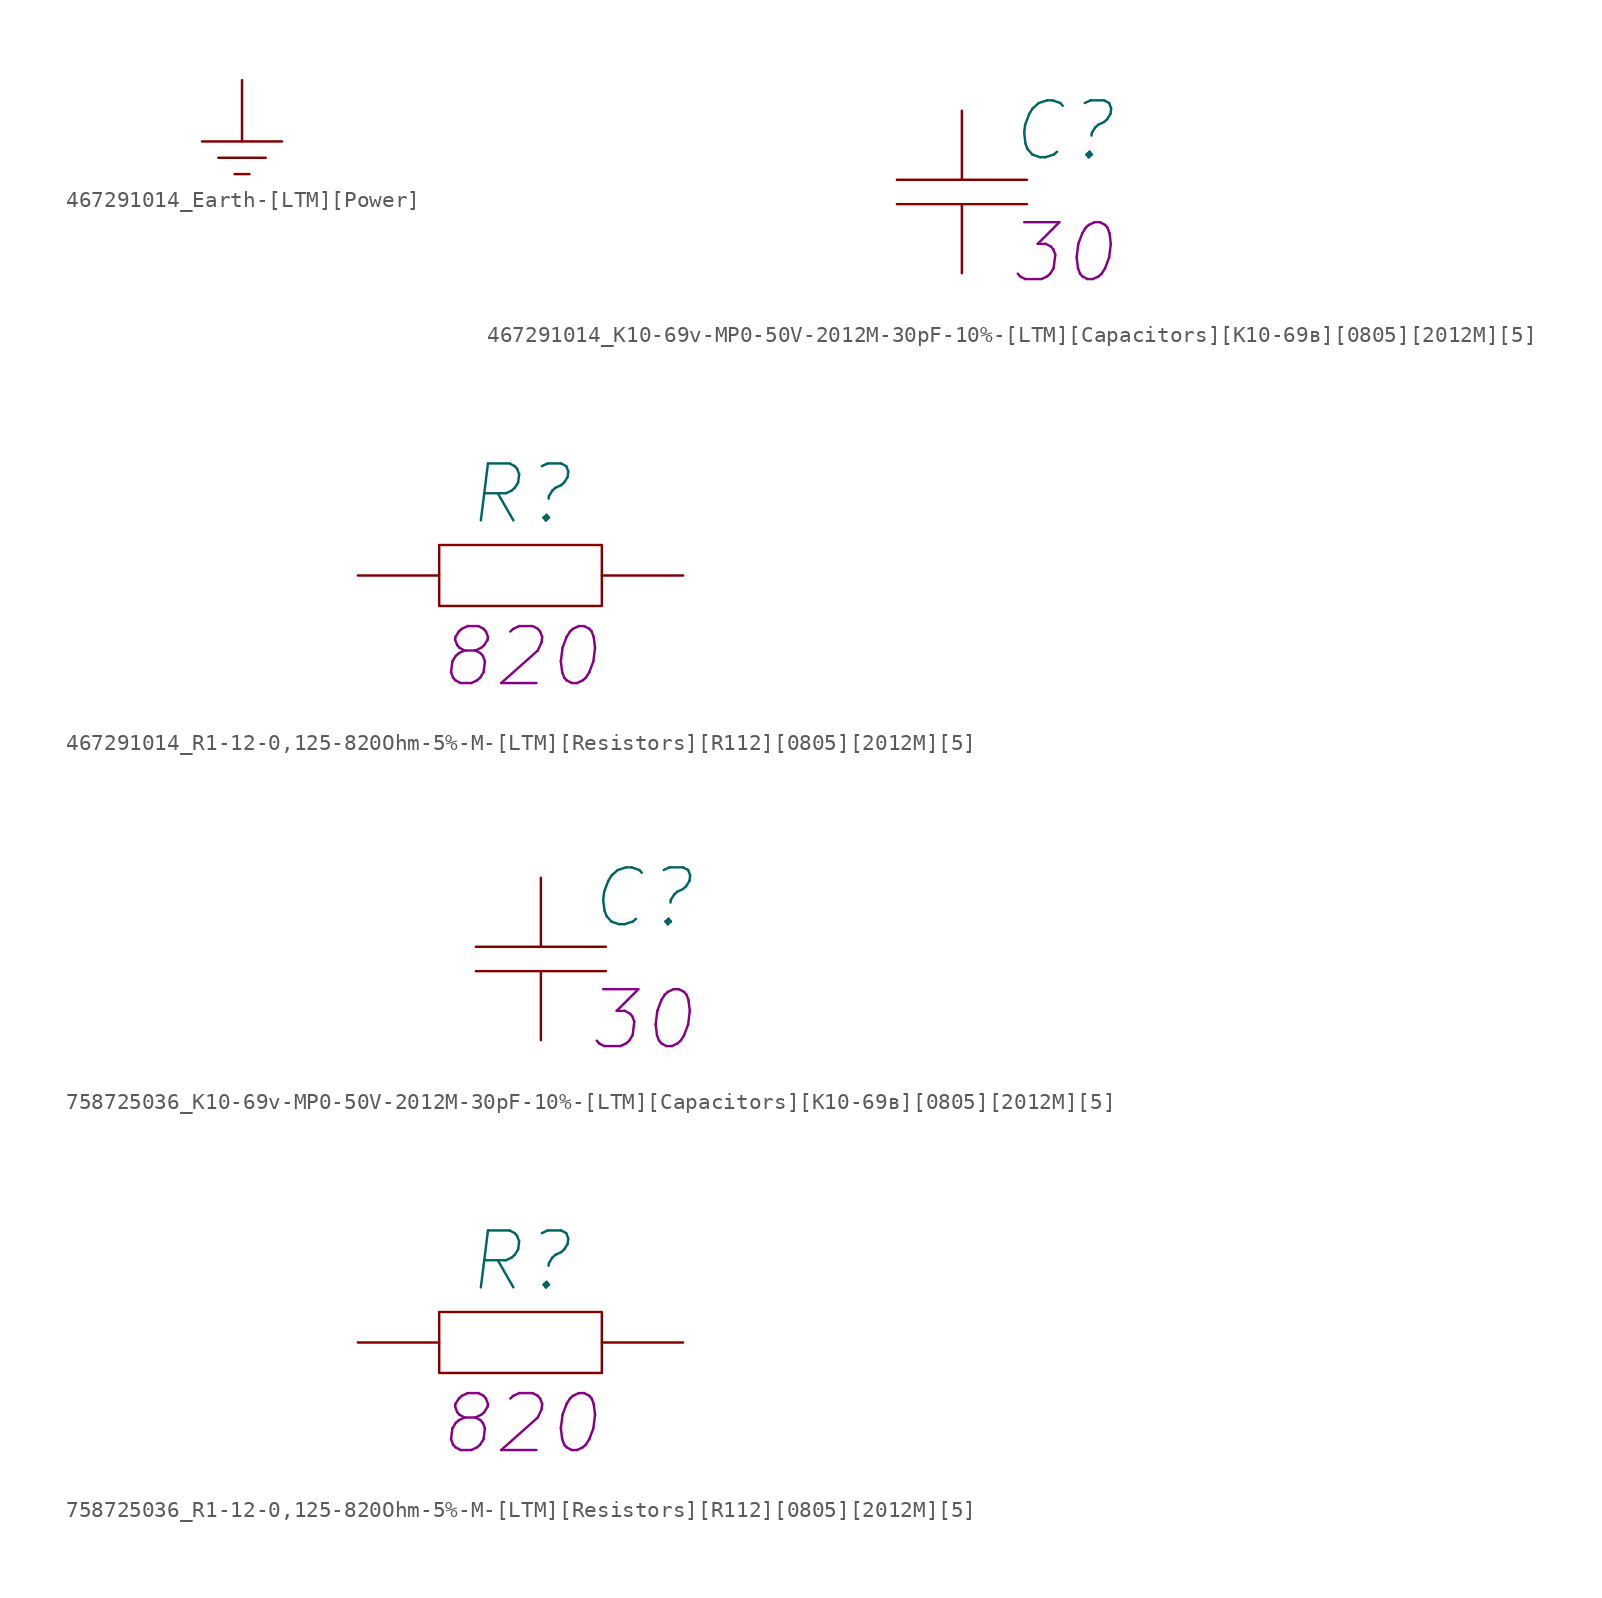
<source format=kicad_sym>
(kicad_symbol_lib
  (version 20210619)
  (generator kicad_symbol_editor)
  (symbol "467291014_Earth-[LTM][Power]"
    (power)
    (pin_numbers hide)
    (pin_names
      (offset 0) hide)
    (property "Reference" "#PWR"
      (at 0 1.27 0)
      (effects (font (size 1.524 1.524)) hide))
    (property "Footprint" ""
      (at 0 0 0)
      (effects (font (size 1.524 1.524))))
    (symbol "467291014_Earth-[LTM][Power]_0_1"
      (polyline (pts (xy -2.489 -3.81) (xy 2.489 -3.81)) (stroke (width 0)) (fill (type none)))
      (polyline (pts (xy -1.473 -4.826) (xy 1.473 -4.826)) (stroke (width 0)) (fill (type none)))
      (polyline (pts (xy -0.457 -5.842) (xy 0.457 -5.842)) (stroke (width 0)) (fill (type none)))
      (polyline (pts (xy 0 0) (xy 0 -3.81)) (stroke (width 0)) (fill (type none))))
    (symbol "467291014_Earth-[LTM][Power]_1_1"
      (pin power_in line (at 0 0 270) (length 0) hide (name "Earth" (effects (font (size 1.27 1.27)))) (number "1" (effects (font (size 1.27 1.27)))))))
  (symbol "467291014_K10-69v-MP0-50V-2012M-30pF-10%-[LTM][Capacitors][К10-69в][0805][2012M][5]"
    (pin_numbers hide)
    (pin_names
      (offset 0) hide)
    (property "Reference" "C"
      (at 6.35 -1.27 0)
      (effects (font (size 3.556 3.556) italic)))
    (property "ValueName" "30"
      (at 6.35 -8.89 0)
      (effects (font (size 3.556 3.556) italic)))
    (symbol "467291014_K10-69v-MP0-50V-2012M-30pF-10%-[LTM][Capacitors][К10-69в][0805][2012M][5]_0_1"
      (polyline (pts (xy -4.064 -5.842) (xy 4.064 -5.842)) (stroke (width 0)) (fill (type none)))
      (polyline (pts (xy -4.064 -4.318) (xy 4.064 -4.318)) (stroke (width 0)) (fill (type none))))
    (symbol "467291014_K10-69v-MP0-50V-2012M-30pF-10%-[LTM][Capacitors][К10-69в][0805][2012M][5]_1_1"
      (pin passive line (at 0 -10.16 90) (length 4.318) (name "~" (effects (font (size 2.54 2.54)))) (number "1" (effects (font (size 2.54 2.54)))))
      (pin passive line (at 0 0 270) (length 4.318) (name "~" (effects (font (size 2.54 2.54)))) (number "2" (effects (font (size 2.54 2.54)))))))
  (symbol "467291014_R1-12-0,125-820Ohm-5%-M-[LTM][Resistors][R112][0805][2012M][5]"
    (pin_numbers hide)
    (pin_names
      (offset 0) hide)
    (property "Reference" "R"
      (at 0 5.08 0)
      (effects (font (size 3.556 3.556) italic)))
    (property "ValueName" "820"
      (at 0 -5.08 0)
      (effects (font (size 3.556 3.556) italic)))
    (symbol "467291014_R1-12-0,125-820Ohm-5%-M-[LTM][Resistors][R112][0805][2012M][5]_0_1"
      (rectangle (start -5.08 1.905) (end 5.08 -1.905) (stroke (width 0)) (fill (type none))))
    (symbol "467291014_R1-12-0,125-820Ohm-5%-M-[LTM][Resistors][R112][0805][2012M][5]_1_1"
      (pin passive line (at -10.16 0 0) (length 5.08) (name "~" (effects (font (size 2.54 2.54)))) (number "1" (effects (font (size 2.54 2.54)))))
      (pin passive line (at 10.16 0 180) (length 5.08) (name "~" (effects (font (size 2.54 2.54)))) (number "2" (effects (font (size 2.54 2.54)))))))
  (symbol "758725036_K10-69v-MP0-50V-2012M-30pF-10%-[LTM][Capacitors][К10-69в][0805][2012M][5]"
    (pin_numbers hide)
    (pin_names
      (offset 0) hide)
    (property "Reference" "C"
      (at 6.35 3.81 0)
      (effects (font (size 3.556 3.556) italic)))
    (property "ValueName" "30"
      (at 6.35 -3.81 0)
      (effects (font (size 3.556 3.556) italic)))
    (symbol "758725036_K10-69v-MP0-50V-2012M-30pF-10%-[LTM][Capacitors][К10-69в][0805][2012M][5]_0_1"
      (polyline (pts (xy -4.064 -0.762) (xy 4.064 -0.762)) (stroke (width 0)) (fill (type none)))
      (polyline (pts (xy -4.064 0.762) (xy 4.064 0.762)) (stroke (width 0)) (fill (type none))))
    (symbol "758725036_K10-69v-MP0-50V-2012M-30pF-10%-[LTM][Capacitors][К10-69в][0805][2012M][5]_1_1"
      (pin passive line (at 0 -5.08 90) (length 4.318) (name "~" (effects (font (size 2.54 2.54)))) (number "1" (effects (font (size 2.54 2.54)))))
      (pin passive line (at 0 5.08 270) (length 4.318) (name "~" (effects (font (size 2.54 2.54)))) (number "2" (effects (font (size 2.54 2.54)))))))
  (symbol "758725036_R1-12-0,125-820Ohm-5%-M-[LTM][Resistors][R112][0805][2012M][5]"
    (pin_numbers hide)
    (pin_names
      (offset 0) hide)
    (property "Reference" "R"
      (at 0 5.08 0)
      (effects (font (size 3.556 3.556) italic)))
    (property "ValueName" "820"
      (at 0 -5.08 0)
      (effects (font (size 3.556 3.556) italic)))
    (symbol "758725036_R1-12-0,125-820Ohm-5%-M-[LTM][Resistors][R112][0805][2012M][5]_0_1"
      (rectangle (start -5.08 1.905) (end 5.08 -1.905) (stroke (width 0)) (fill (type none))))
    (symbol "758725036_R1-12-0,125-820Ohm-5%-M-[LTM][Resistors][R112][0805][2012M][5]_1_1"
      (pin passive line (at -10.16 0 0) (length 5.08) (name "~" (effects (font (size 2.54 2.54)))) (number "1" (effects (font (size 2.54 2.54)))))
      (pin passive line (at 10.16 0 180) (length 5.08) (name "~" (effects (font (size 2.54 2.54)))) (number "2" (effects (font (size 2.54 2.54))))))))
</source>
